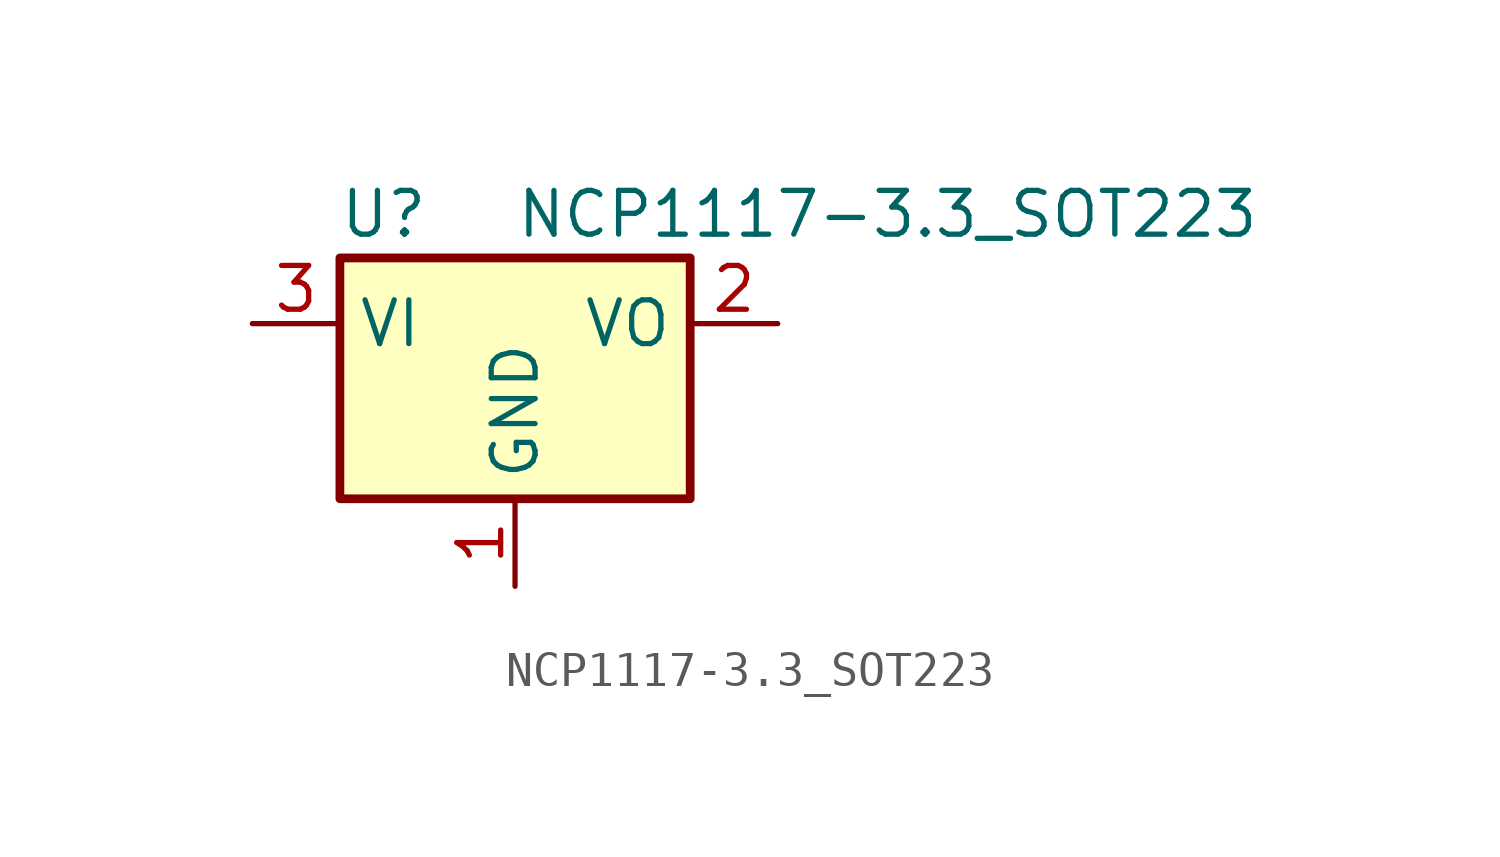
<source format=kicad_sym>
(kicad_symbol_lib
  (version 20220914)
  (generator kicad_symbol_editor)
  (symbol "NCP1117-3.3_SOT223"
    (property "Reference" "U"
      (at -3.81 3.175 0)
      (effects (font (size 1.27 1.27))))
    (property "Value" "NCP1117-3.3_SOT223"
      (at 0 3.175 0)
      (effects (font (size 1.27 1.27)) (justify left)))
    (symbol "NCP1117-3.3_SOT223_0_1"
      (rectangle (start -5.08 -5.08) (end 5.08 1.905) (stroke (width 0.254) (type default)) (fill (type background))))
    (symbol "NCP1117-3.3_SOT223_1_1"
      (pin power_in line (at 0 -7.62 90) (length 2.54) (name "GND" (effects (font (size 1.27 1.27)))) (number "1" (effects (font (size 1.27 1.27)))))
      (pin passive line (at 7.62 0 180) (length 2.54) (name "VO" (effects (font (size 1.27 1.27)))) (number "2" (effects (font (size 1.27 1.27)))))
      (pin power_in line (at -7.62 0 0) (length 2.54) (name "VI" (effects (font (size 1.27 1.27)))) (number "3" (effects (font (size 1.27 1.27))))))))
</source>
